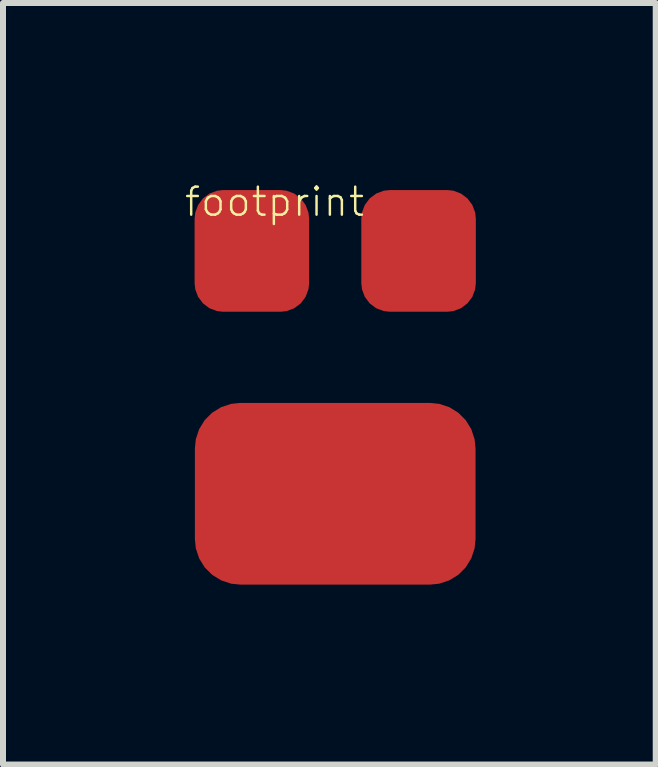
<source format=kicad_pcb>
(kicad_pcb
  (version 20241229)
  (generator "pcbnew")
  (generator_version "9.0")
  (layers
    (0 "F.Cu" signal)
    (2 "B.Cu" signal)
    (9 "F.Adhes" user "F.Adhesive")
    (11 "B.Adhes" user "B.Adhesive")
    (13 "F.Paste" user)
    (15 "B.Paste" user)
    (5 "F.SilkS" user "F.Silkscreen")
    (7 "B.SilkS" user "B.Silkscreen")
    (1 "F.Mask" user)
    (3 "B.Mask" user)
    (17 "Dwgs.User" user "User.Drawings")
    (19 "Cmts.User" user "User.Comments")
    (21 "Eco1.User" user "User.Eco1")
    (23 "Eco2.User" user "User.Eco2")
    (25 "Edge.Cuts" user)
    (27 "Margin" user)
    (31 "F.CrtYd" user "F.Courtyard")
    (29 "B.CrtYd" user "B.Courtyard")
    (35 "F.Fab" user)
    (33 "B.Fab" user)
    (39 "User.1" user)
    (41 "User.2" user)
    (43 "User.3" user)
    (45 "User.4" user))
  (footprint "footprint"
    (layer "F.Cu")
    (at 2.54 3.764)
    (property "Reference" "footprint" (at -2.54 -3.175 0) (layer "F.SilkS") (effects (font (size 0.467 0.467) (thickness 0.041)) (justify left bottom)))
    (pad "ANODE" smd roundrect (at -1.39 -2.63) (size 1.91 2.03) (layers "F.Cu" "F.Mask" "F.Paste") (roundrect_rratio 0.25))
    (pad "CATHODE" smd roundrect (at 1.39 -2.63) (size 1.91 2.03) (layers "F.Cu" "F.Mask" "F.Paste") (roundrect_rratio 0.25))
    (pad "P$3" smd roundrect (at 0 1.42) (size 4.68 3.03) (layers "F.Cu" "F.Mask" "F.Paste") (roundrect_rratio 0.25)))
  (gr_rect
    (start -3 -3)
    (end 7.885 9.699)
    (stroke (width 0.1) (type default))
    (fill no)
    (layer "Edge.Cuts")))
</source>
